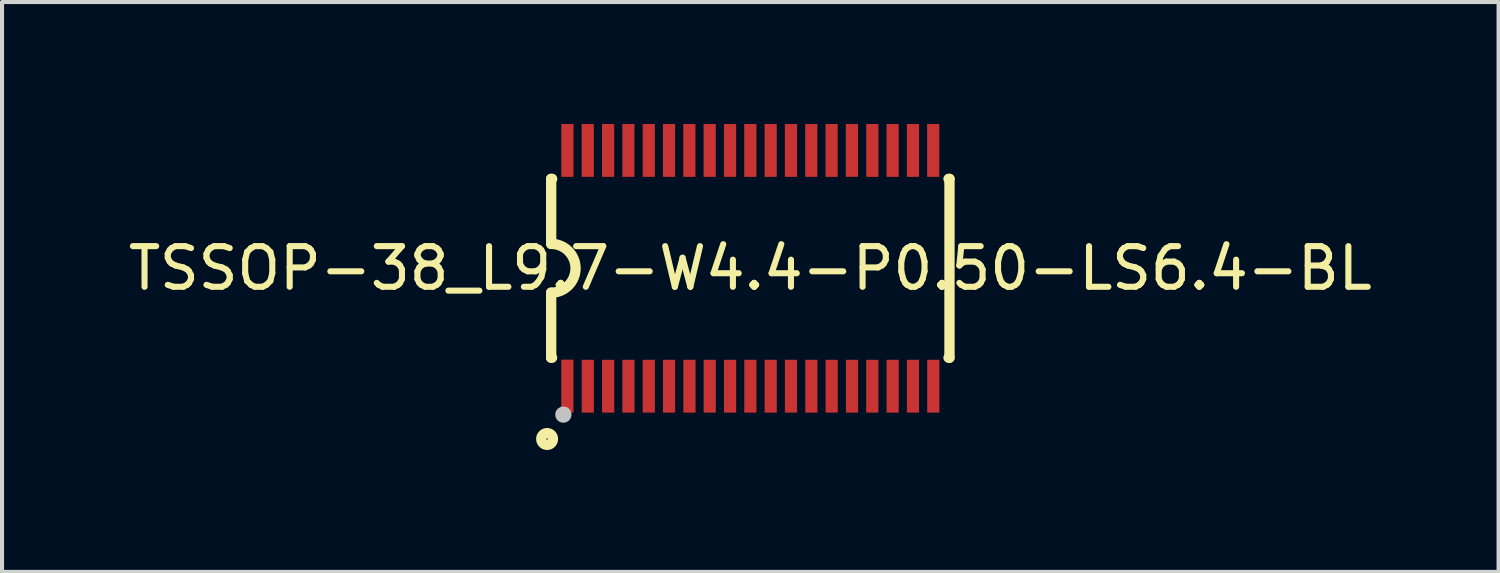
<source format=kicad_pcb>
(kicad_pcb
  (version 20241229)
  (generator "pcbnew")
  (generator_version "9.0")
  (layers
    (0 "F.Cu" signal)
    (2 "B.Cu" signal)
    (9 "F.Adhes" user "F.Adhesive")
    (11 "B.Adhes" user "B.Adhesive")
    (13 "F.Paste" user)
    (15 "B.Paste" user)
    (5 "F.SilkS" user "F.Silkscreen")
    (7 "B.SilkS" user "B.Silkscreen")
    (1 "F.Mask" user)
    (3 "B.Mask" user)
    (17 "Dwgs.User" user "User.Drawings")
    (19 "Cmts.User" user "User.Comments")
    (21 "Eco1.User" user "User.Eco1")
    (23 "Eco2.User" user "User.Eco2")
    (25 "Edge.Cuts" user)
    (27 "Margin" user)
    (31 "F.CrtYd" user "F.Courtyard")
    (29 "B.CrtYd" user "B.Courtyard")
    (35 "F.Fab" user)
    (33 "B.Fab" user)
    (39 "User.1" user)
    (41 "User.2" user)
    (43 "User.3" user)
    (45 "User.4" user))
  (footprint "TSSOP-38_L9.7-W4.4-P0.50-LS6.4-BL"
    (layer "F.Cu")
    (at 15.411 3.551)
    (property "Reference" "TSSOP-38_L9.7-W4.4-P0.50-LS6.4-BL" (at 0 0 0) (layer "F.SilkS") (effects (font (size 1 1) (thickness 0.15))))
    (fp_line (start -4.9 -2.2) (end -4.9 -0.6) (stroke (width 0.254) (type default)) (layer "F.SilkS"))
    (fp_line (start -4.9 -2.2) (end -4.875 -2.2) (stroke (width 0.254) (type default)) (layer "F.SilkS"))
    (fp_line (start -4.9 2.2) (end -4.9 0.6) (stroke (width 0.254) (type default)) (layer "F.SilkS"))
    (fp_line (start -4.9 2.2) (end -4.878 2.2) (stroke (width 0.254) (type default)) (layer "F.SilkS"))
    (fp_line (start 4.877 -2.2) (end 4.9 -2.2) (stroke (width 0.254) (type default)) (layer "F.SilkS"))
    (fp_line (start 4.877 2.2) (end 4.9 2.2) (stroke (width 0.254) (type default)) (layer "F.SilkS"))
    (fp_line (start 4.9 -2.2) (end 4.9 2.2) (stroke (width 0.254) (type default)) (layer "F.SilkS"))
    (fp_arc (start -4.9 -0.6) (mid -4.303987 0) (end -4.9 0.6) (stroke (width 0.254) (type default)) (layer "F.SilkS"))
    (fp_circle (center -5 4.2) (end -4.856 4.2) (stroke (width 0.254) (type default)) (fill no) (layer "F.SilkS"))
    (fp_circle (center -4.6 3.6) (end -4.5 3.6) (stroke (width 0.2) (type default)) (fill no) (layer "Dwgs.User"))
    (fp_poly (pts (xy -4.612 2.61) (xy -4.612 2.19) (xy -4.391 2.19) (xy -4.391 2.61)) (stroke (width 0.1) (type default)) (fill no) (layer "User.1"))
    (fp_poly (pts (xy -4.612 3.2) (xy -4.612 2.6) (xy -4.391 2.6) (xy -4.391 3.2)) (stroke (width 0.1) (type default)) (fill no) (layer "User.1"))
    (fp_poly (pts (xy -4.609 -2.6) (xy -4.609 -3.2) (xy -4.389 -3.2) (xy -4.389 -2.6)) (stroke (width 0.1) (type default)) (fill no) (layer "User.1"))
    (fp_poly (pts (xy -4.609 -2.19) (xy -4.609 -2.61) (xy -4.389 -2.61) (xy -4.389 -2.19)) (stroke (width 0.1) (type default)) (fill no) (layer "User.1"))
    (fp_poly (pts (xy -4.11 -2.6) (xy -4.11 -3.2) (xy -3.89 -3.2) (xy -3.89 -2.6)) (stroke (width 0.1) (type default)) (fill no) (layer "User.1"))
    (fp_poly (pts (xy -4.11 -2.19) (xy -4.11 -2.61) (xy -3.89 -2.61) (xy -3.89 -2.19)) (stroke (width 0.1) (type default)) (fill no) (layer "User.1"))
    (fp_poly (pts (xy -4.109 2.61) (xy -4.109 2.19) (xy -3.889 2.19) (xy -3.889 2.61)) (stroke (width 0.1) (type default)) (fill no) (layer "User.1"))
    (fp_poly (pts (xy -4.109 3.2) (xy -4.109 2.6) (xy -3.889 2.6) (xy -3.889 3.2)) (stroke (width 0.1) (type default)) (fill no) (layer "User.1"))
    (fp_poly (pts (xy -3.61 -2.6) (xy -3.61 -3.2) (xy -3.389 -3.2) (xy -3.389 -2.6)) (stroke (width 0.1) (type default)) (fill no) (layer "User.1"))
    (fp_poly (pts (xy -3.61 -2.19) (xy -3.61 -2.61) (xy -3.389 -2.61) (xy -3.389 -2.19)) (stroke (width 0.1) (type default)) (fill no) (layer "User.1"))
    (fp_poly (pts (xy -3.608 2.61) (xy -3.608 2.19) (xy -3.388 2.19) (xy -3.388 2.61)) (stroke (width 0.1) (type default)) (fill no) (layer "User.1"))
    (fp_poly (pts (xy -3.608 3.2) (xy -3.608 2.6) (xy -3.388 2.6) (xy -3.388 3.2)) (stroke (width 0.1) (type default)) (fill no) (layer "User.1"))
    (fp_poly (pts (xy -3.11 -2.6) (xy -3.11 -3.2) (xy -2.89 -3.2) (xy -2.89 -2.6)) (stroke (width 0.1) (type default)) (fill no) (layer "User.1"))
    (fp_poly (pts (xy -3.11 -2.19) (xy -3.11 -2.61) (xy -2.89 -2.61) (xy -2.89 -2.19)) (stroke (width 0.1) (type default)) (fill no) (layer "User.1"))
    (fp_poly (pts (xy -3.109 2.61) (xy -3.109 2.19) (xy -2.889 2.19) (xy -2.889 2.61)) (stroke (width 0.1) (type default)) (fill no) (layer "User.1"))
    (fp_poly (pts (xy -3.109 3.2) (xy -3.109 2.6) (xy -2.889 2.6) (xy -2.889 3.2)) (stroke (width 0.1) (type default)) (fill no) (layer "User.1"))
    (fp_poly (pts (xy -2.61 -2.6) (xy -2.61 -3.2) (xy -2.389 -3.2) (xy -2.389 -2.6)) (stroke (width 0.1) (type default)) (fill no) (layer "User.1"))
    (fp_poly (pts (xy -2.61 -2.19) (xy -2.61 -2.61) (xy -2.389 -2.61) (xy -2.389 -2.19)) (stroke (width 0.1) (type default)) (fill no) (layer "User.1"))
    (fp_poly (pts (xy -2.608 2.61) (xy -2.608 2.19) (xy -2.389 2.19) (xy -2.389 2.61)) (stroke (width 0.1) (type default)) (fill no) (layer "User.1"))
    (fp_poly (pts (xy -2.608 3.2) (xy -2.608 2.6) (xy -2.389 2.6) (xy -2.389 3.2)) (stroke (width 0.1) (type default)) (fill no) (layer "User.1"))
    (fp_poly (pts (xy -2.11 -2.6) (xy -2.11 -3.2) (xy -1.89 -3.2) (xy -1.89 -2.6)) (stroke (width 0.1) (type default)) (fill no) (layer "User.1"))
    (fp_poly (pts (xy -2.11 -2.19) (xy -2.11 -2.61) (xy -1.89 -2.61) (xy -1.89 -2.19)) (stroke (width 0.1) (type default)) (fill no) (layer "User.1"))
    (fp_poly (pts (xy -2.109 2.61) (xy -2.109 2.19) (xy -1.889 2.19) (xy -1.889 2.61)) (stroke (width 0.1) (type default)) (fill no) (layer "User.1"))
    (fp_poly (pts (xy -2.109 3.2) (xy -2.109 2.6) (xy -1.889 2.6) (xy -1.889 3.2)) (stroke (width 0.1) (type default)) (fill no) (layer "User.1"))
    (fp_poly (pts (xy -1.61 -2.6) (xy -1.61 -3.2) (xy -1.389 -3.2) (xy -1.389 -2.6)) (stroke (width 0.1) (type default)) (fill no) (layer "User.1"))
    (fp_poly (pts (xy -1.61 -2.19) (xy -1.61 -2.61) (xy -1.389 -2.61) (xy -1.389 -2.19)) (stroke (width 0.1) (type default)) (fill no) (layer "User.1"))
    (fp_poly (pts (xy -1.609 2.61) (xy -1.609 2.19) (xy -1.389 2.19) (xy -1.389 2.61)) (stroke (width 0.1) (type default)) (fill no) (layer "User.1"))
    (fp_poly (pts (xy -1.609 3.2) (xy -1.609 2.6) (xy -1.389 2.6) (xy -1.389 3.2)) (stroke (width 0.1) (type default)) (fill no) (layer "User.1"))
    (fp_poly (pts (xy -1.11 -2.6) (xy -1.11 -3.2) (xy -0.89 -3.2) (xy -0.89 -2.6)) (stroke (width 0.1) (type default)) (fill no) (layer "User.1"))
    (fp_poly (pts (xy -1.11 -2.19) (xy -1.11 -2.61) (xy -0.89 -2.61) (xy -0.89 -2.19)) (stroke (width 0.1) (type default)) (fill no) (layer "User.1"))
    (fp_poly (pts (xy -1.109 2.61) (xy -1.109 2.19) (xy -0.889 2.19) (xy -0.889 2.61)) (stroke (width 0.1) (type default)) (fill no) (layer "User.1"))
    (fp_poly (pts (xy -1.109 3.2) (xy -1.109 2.6) (xy -0.889 2.6) (xy -0.889 3.2)) (stroke (width 0.1) (type default)) (fill no) (layer "User.1"))
    (fp_poly (pts (xy -0.61 -2.6) (xy -0.61 -3.2) (xy -0.39 -3.2) (xy -0.39 -2.6)) (stroke (width 0.1) (type default)) (fill no) (layer "User.1"))
    (fp_poly (pts (xy -0.61 -2.19) (xy -0.61 -2.61) (xy -0.39 -2.61) (xy -0.39 -2.19)) (stroke (width 0.1) (type default)) (fill no) (layer "User.1"))
    (fp_poly (pts (xy -0.609 2.61) (xy -0.609 2.19) (xy -0.389 2.19) (xy -0.389 2.61)) (stroke (width 0.1) (type default)) (fill no) (layer "User.1"))
    (fp_poly (pts (xy -0.609 3.2) (xy -0.609 2.6) (xy -0.389 2.6) (xy -0.389 3.2)) (stroke (width 0.1) (type default)) (fill no) (layer "User.1"))
    (fp_poly (pts (xy -0.11 -2.6) (xy -0.11 -3.2) (xy 0.11 -3.2) (xy 0.11 -2.6)) (stroke (width 0.1) (type default)) (fill no) (layer "User.1"))
    (fp_poly (pts (xy -0.11 -2.19) (xy -0.11 -2.61) (xy 0.11 -2.61) (xy 0.11 -2.19)) (stroke (width 0.1) (type default)) (fill no) (layer "User.1"))
    (fp_poly (pts (xy -0.109 2.61) (xy -0.109 2.19) (xy 0.111 2.19) (xy 0.111 2.61)) (stroke (width 0.1) (type default)) (fill no) (layer "User.1"))
    (fp_poly (pts (xy -0.109 3.2) (xy -0.109 2.6) (xy 0.111 2.6) (xy 0.111 3.2)) (stroke (width 0.1) (type default)) (fill no) (layer "User.1"))
    (fp_poly (pts (xy 0.39 -2.6) (xy 0.39 -3.2) (xy 0.611 -3.2) (xy 0.611 -2.6)) (stroke (width 0.1) (type default)) (fill no) (layer "User.1"))
    (fp_poly (pts (xy 0.39 -2.19) (xy 0.39 -2.61) (xy 0.611 -2.61) (xy 0.611 -2.19)) (stroke (width 0.1) (type default)) (fill no) (layer "User.1"))
    (fp_poly (pts (xy 0.392 2.61) (xy 0.392 2.19) (xy 0.612 2.19) (xy 0.612 2.61)) (stroke (width 0.1) (type default)) (fill no) (layer "User.1"))
    (fp_poly (pts (xy 0.392 3.2) (xy 0.392 2.6) (xy 0.612 2.6) (xy 0.612 3.2)) (stroke (width 0.1) (type default)) (fill no) (layer "User.1"))
    (fp_poly (pts (xy 0.89 -2.6) (xy 0.89 -3.2) (xy 1.11 -3.2) (xy 1.11 -2.6)) (stroke (width 0.1) (type default)) (fill no) (layer "User.1"))
    (fp_poly (pts (xy 0.89 -2.19) (xy 0.89 -2.61) (xy 1.11 -2.61) (xy 1.11 -2.19)) (stroke (width 0.1) (type default)) (fill no) (layer "User.1"))
    (fp_poly (pts (xy 0.891 2.61) (xy 0.891 2.19) (xy 1.111 2.19) (xy 1.111 2.61)) (stroke (width 0.1) (type default)) (fill no) (layer "User.1"))
    (fp_poly (pts (xy 0.891 3.2) (xy 0.891 2.6) (xy 1.111 2.6) (xy 1.111 3.2)) (stroke (width 0.1) (type default)) (fill no) (layer "User.1"))
    (fp_poly (pts (xy 1.39 -2.6) (xy 1.39 -3.2) (xy 1.611 -3.2) (xy 1.611 -2.6)) (stroke (width 0.1) (type default)) (fill no) (layer "User.1"))
    (fp_poly (pts (xy 1.39 -2.19) (xy 1.39 -2.61) (xy 1.611 -2.61) (xy 1.611 -2.19)) (stroke (width 0.1) (type default)) (fill no) (layer "User.1"))
    (fp_poly (pts (xy 1.391 2.61) (xy 1.391 2.19) (xy 1.611 2.19) (xy 1.611 2.61)) (stroke (width 0.1) (type default)) (fill no) (layer "User.1"))
    (fp_poly (pts (xy 1.391 3.2) (xy 1.391 2.6) (xy 1.611 2.6) (xy 1.611 3.2)) (stroke (width 0.1) (type default)) (fill no) (layer "User.1"))
    (fp_poly (pts (xy 1.89 -2.6) (xy 1.89 -3.2) (xy 2.11 -3.2) (xy 2.11 -2.6)) (stroke (width 0.1) (type default)) (fill no) (layer "User.1"))
    (fp_poly (pts (xy 1.89 -2.19) (xy 1.89 -2.61) (xy 2.11 -2.61) (xy 2.11 -2.19)) (stroke (width 0.1) (type default)) (fill no) (layer "User.1"))
    (fp_poly (pts (xy 1.891 2.61) (xy 1.891 2.19) (xy 2.111 2.19) (xy 2.111 2.61)) (stroke (width 0.1) (type default)) (fill no) (layer "User.1"))
    (fp_poly (pts (xy 1.891 3.2) (xy 1.891 2.6) (xy 2.111 2.6) (xy 2.111 3.2)) (stroke (width 0.1) (type default)) (fill no) (layer "User.1"))
    (fp_poly (pts (xy 2.389 -2.6) (xy 2.389 -3.2) (xy 2.609 -3.2) (xy 2.609 -2.6)) (stroke (width 0.1) (type default)) (fill no) (layer "User.1"))
    (fp_poly (pts (xy 2.389 -2.19) (xy 2.389 -2.61) (xy 2.609 -2.61) (xy 2.609 -2.19)) (stroke (width 0.1) (type default)) (fill no) (layer "User.1"))
    (fp_poly (pts (xy 2.392 2.61) (xy 2.392 2.19) (xy 2.611 2.19) (xy 2.611 2.61)) (stroke (width 0.1) (type default)) (fill no) (layer "User.1"))
    (fp_poly (pts (xy 2.392 3.2) (xy 2.392 2.6) (xy 2.611 2.6) (xy 2.611 3.2)) (stroke (width 0.1) (type default)) (fill no) (layer "User.1"))
    (fp_poly (pts (xy 2.891 2.61) (xy 2.891 2.19) (xy 3.111 2.19) (xy 3.111 2.61)) (stroke (width 0.1) (type default)) (fill no) (layer "User.1"))
    (fp_poly (pts (xy 2.891 3.2) (xy 2.891 2.6) (xy 3.111 2.6) (xy 3.111 3.2)) (stroke (width 0.1) (type default)) (fill no) (layer "User.1"))
    (fp_poly (pts (xy 2.892 -2.6) (xy 2.892 -3.2) (xy 3.112 -3.2) (xy 3.112 -2.6)) (stroke (width 0.1) (type default)) (fill no) (layer "User.1"))
    (fp_poly (pts (xy 2.892 -2.19) (xy 2.892 -2.61) (xy 3.112 -2.61) (xy 3.112 -2.19)) (stroke (width 0.1) (type default)) (fill no) (layer "User.1"))
    (fp_poly (pts (xy 3.39 -2.6) (xy 3.39 -3.2) (xy 3.611 -3.2) (xy 3.611 -2.6)) (stroke (width 0.1) (type default)) (fill no) (layer "User.1"))
    (fp_poly (pts (xy 3.39 -2.19) (xy 3.39 -2.61) (xy 3.611 -2.61) (xy 3.611 -2.19)) (stroke (width 0.1) (type default)) (fill no) (layer "User.1"))
    (fp_poly (pts (xy 3.392 2.61) (xy 3.392 2.19) (xy 3.611 2.19) (xy 3.611 2.61)) (stroke (width 0.1) (type default)) (fill no) (layer "User.1"))
    (fp_poly (pts (xy 3.392 3.2) (xy 3.392 2.6) (xy 3.611 2.6) (xy 3.611 3.2)) (stroke (width 0.1) (type default)) (fill no) (layer "User.1"))
    (fp_poly (pts (xy 3.891 2.61) (xy 3.891 2.19) (xy 4.111 2.19) (xy 4.111 2.61)) (stroke (width 0.1) (type default)) (fill no) (layer "User.1"))
    (fp_poly (pts (xy 3.891 3.2) (xy 3.891 2.6) (xy 4.111 2.6) (xy 4.111 3.2)) (stroke (width 0.1) (type default)) (fill no) (layer "User.1"))
    (fp_poly (pts (xy 3.892 -2.6) (xy 3.892 -3.2) (xy 4.112 -3.2) (xy 4.112 -2.6)) (stroke (width 0.1) (type default)) (fill no) (layer "User.1"))
    (fp_poly (pts (xy 3.892 -2.19) (xy 3.892 -2.61) (xy 4.112 -2.61) (xy 4.112 -2.19)) (stroke (width 0.1) (type default)) (fill no) (layer "User.1"))
    (fp_poly (pts (xy 4.391 -2.6) (xy 4.391 -3.2) (xy 4.611 -3.2) (xy 4.611 -2.6)) (stroke (width 0.1) (type default)) (fill no) (layer "User.1"))
    (fp_poly (pts (xy 4.391 -2.19) (xy 4.391 -2.61) (xy 4.611 -2.61) (xy 4.611 -2.19)) (stroke (width 0.1) (type default)) (fill no) (layer "User.1"))
    (fp_poly (pts (xy 4.391 2.61) (xy 4.391 2.19) (xy 4.612 2.19) (xy 4.612 2.61)) (stroke (width 0.1) (type default)) (fill no) (layer "User.1"))
    (fp_poly (pts (xy 4.391 3.2) (xy 4.391 2.6) (xy 4.612 2.6) (xy 4.612 3.2)) (stroke (width 0.1) (type default)) (fill no) (layer "User.1"))
    (fp_line (start -4.85 -2.2) (end 4.85 -2.2) (stroke (width 0.051) (type default)) (layer "User.2"))
    (fp_line (start -4.85 2.2) (end -4.85 -2.2) (stroke (width 0.051) (type default)) (layer "User.2"))
    (fp_line (start 4.85 -2.2) (end 4.85 2.2) (stroke (width 0.051) (type default)) (layer "User.2"))
    (fp_line (start 4.85 2.2) (end -4.85 2.2) (stroke (width 0.051) (type default)) (layer "User.2"))
    (fp_poly (pts (xy -4.79 3.2) (xy -4.808 3.158) (xy -4.85 3.14) (xy -4.892 3.158) (xy -4.91 3.2) (xy -4.892 3.242) (xy -4.85 3.26) (xy -4.808 3.242)) (stroke (width 0.1) (type default)) (fill no) (layer "User.3"))
    (pad "1" smd rect (at -4.502 2.898 90) (size 1.3 0.3) (layers "F.Cu" "F.Mask" "F.Paste"))
    (pad "2" smd rect (at -3.999 2.901 90) (size 1.3 0.3) (layers "F.Cu" "F.Mask" "F.Paste"))
    (pad "3" smd rect (at -3.498 2.901 90) (size 1.3 0.3) (layers "F.Cu" "F.Mask" "F.Paste"))
    (pad "4" smd rect (at -2.999 2.901 90) (size 1.3 0.3) (layers "F.Cu" "F.Mask" "F.Paste"))
    (pad "5" smd rect (at -2.498 2.901 90) (size 1.3 0.3) (layers "F.Cu" "F.Mask" "F.Paste"))
    (pad "6" smd rect (at -1.999 2.901 90) (size 1.3 0.3) (layers "F.Cu" "F.Mask" "F.Paste"))
    (pad "7" smd rect (at -1.498 2.901 90) (size 1.3 0.3) (layers "F.Cu" "F.Mask" "F.Paste"))
    (pad "8" smd rect (at -0.999 2.901 90) (size 1.3 0.3) (layers "F.Cu" "F.Mask" "F.Paste"))
    (pad "9" smd rect (at -0.498 2.901 90) (size 1.3 0.3) (layers "F.Cu" "F.Mask" "F.Paste"))
    (pad "10" smd rect (at 0.001 2.901 90) (size 1.3 0.3) (layers "F.Cu" "F.Mask" "F.Paste"))
    (pad "11" smd rect (at 0.501 2.901 90) (size 1.3 0.3) (layers "F.Cu" "F.Mask" "F.Paste"))
    (pad "12" smd rect (at 1.001 2.901 90) (size 1.3 0.3) (layers "F.Cu" "F.Mask" "F.Paste"))
    (pad "13" smd rect (at 1.502 2.901 90) (size 1.3 0.3) (layers "F.Cu" "F.Mask" "F.Paste"))
    (pad "14" smd rect (at 2.001 2.901 90) (size 1.3 0.3) (layers "F.Cu" "F.Mask" "F.Paste"))
    (pad "15" smd rect (at 2.502 2.901 90) (size 1.3 0.3) (layers "F.Cu" "F.Mask" "F.Paste"))
    (pad "16" smd rect (at 3.001 2.901 90) (size 1.3 0.3) (layers "F.Cu" "F.Mask" "F.Paste"))
    (pad "17" smd rect (at 3.502 2.901 90) (size 1.3 0.3) (layers "F.Cu" "F.Mask" "F.Paste"))
    (pad "18" smd rect (at 4.001 2.901 90) (size 1.3 0.3) (layers "F.Cu" "F.Mask" "F.Paste"))
    (pad "19" smd rect (at 4.502 2.901 90) (size 1.3 0.3) (layers "F.Cu" "F.Mask" "F.Paste"))
    (pad "20" smd rect (at 4.5 -2.9 90) (size 1.3 0.3) (layers "F.Cu" "F.Mask" "F.Paste"))
    (pad "21" smd rect (at 4.002 -2.9 90) (size 1.3 0.3) (layers "F.Cu" "F.Mask" "F.Paste"))
    (pad "22" smd rect (at 3.501 -2.9 90) (size 1.3 0.3) (layers "F.Cu" "F.Mask" "F.Paste"))
    (pad "23" smd rect (at 3.002 -2.9 90) (size 1.3 0.3) (layers "F.Cu" "F.Mask" "F.Paste"))
    (pad "24" smd rect (at 2.499 -2.901 90) (size 1.3 0.3) (layers "F.Cu" "F.Mask" "F.Paste"))
    (pad "25" smd rect (at 2 -2.9 90) (size 1.3 0.3) (layers "F.Cu" "F.Mask" "F.Paste"))
    (pad "26" smd rect (at 1.5 -2.9 90) (size 1.3 0.3) (layers "F.Cu" "F.Mask" "F.Paste"))
    (pad "27" smd rect (at 1 -2.9 90) (size 1.3 0.3) (layers "F.Cu" "F.Mask" "F.Paste"))
    (pad "28" smd rect (at 0.5 -2.9 90) (size 1.3 0.3) (layers "F.Cu" "F.Mask" "F.Paste"))
    (pad "29" smd rect (at 0 -2.9 90) (size 1.3 0.3) (layers "F.Cu" "F.Mask" "F.Paste"))
    (pad "30" smd rect (at -0.499 -2.9 90) (size 1.3 0.3) (layers "F.Cu" "F.Mask" "F.Paste"))
    (pad "31" smd rect (at -1 -2.9 90) (size 1.3 0.3) (layers "F.Cu" "F.Mask" "F.Paste"))
    (pad "32" smd rect (at -1.5 -2.9 90) (size 1.3 0.3) (layers "F.Cu" "F.Mask" "F.Paste"))
    (pad "33" smd rect (at -2 -2.9 90) (size 1.3 0.3) (layers "F.Cu" "F.Mask" "F.Paste"))
    (pad "34" smd rect (at -2.499 -2.9 90) (size 1.3 0.3) (layers "F.Cu" "F.Mask" "F.Paste"))
    (pad "35" smd rect (at -3 -2.9 90) (size 1.3 0.3) (layers "F.Cu" "F.Mask" "F.Paste"))
    (pad "36" smd rect (at -3.499 -2.9 90) (size 1.3 0.3) (layers "F.Cu" "F.Mask" "F.Paste"))
    (pad "37" smd rect (at -4 -2.9 90) (size 1.3 0.3) (layers "F.Cu" "F.Mask" "F.Paste"))
    (pad "38" smd rect (at -4.5 -2.9 90) (size 1.3 0.3) (layers "F.Cu" "F.Mask" "F.Paste")))
  (gr_rect
    (start -3 -3)
    (end 33.821 11.021)
    (stroke (width 0.1) (type default))
    (fill no)
    (layer "Edge.Cuts")))
</source>
